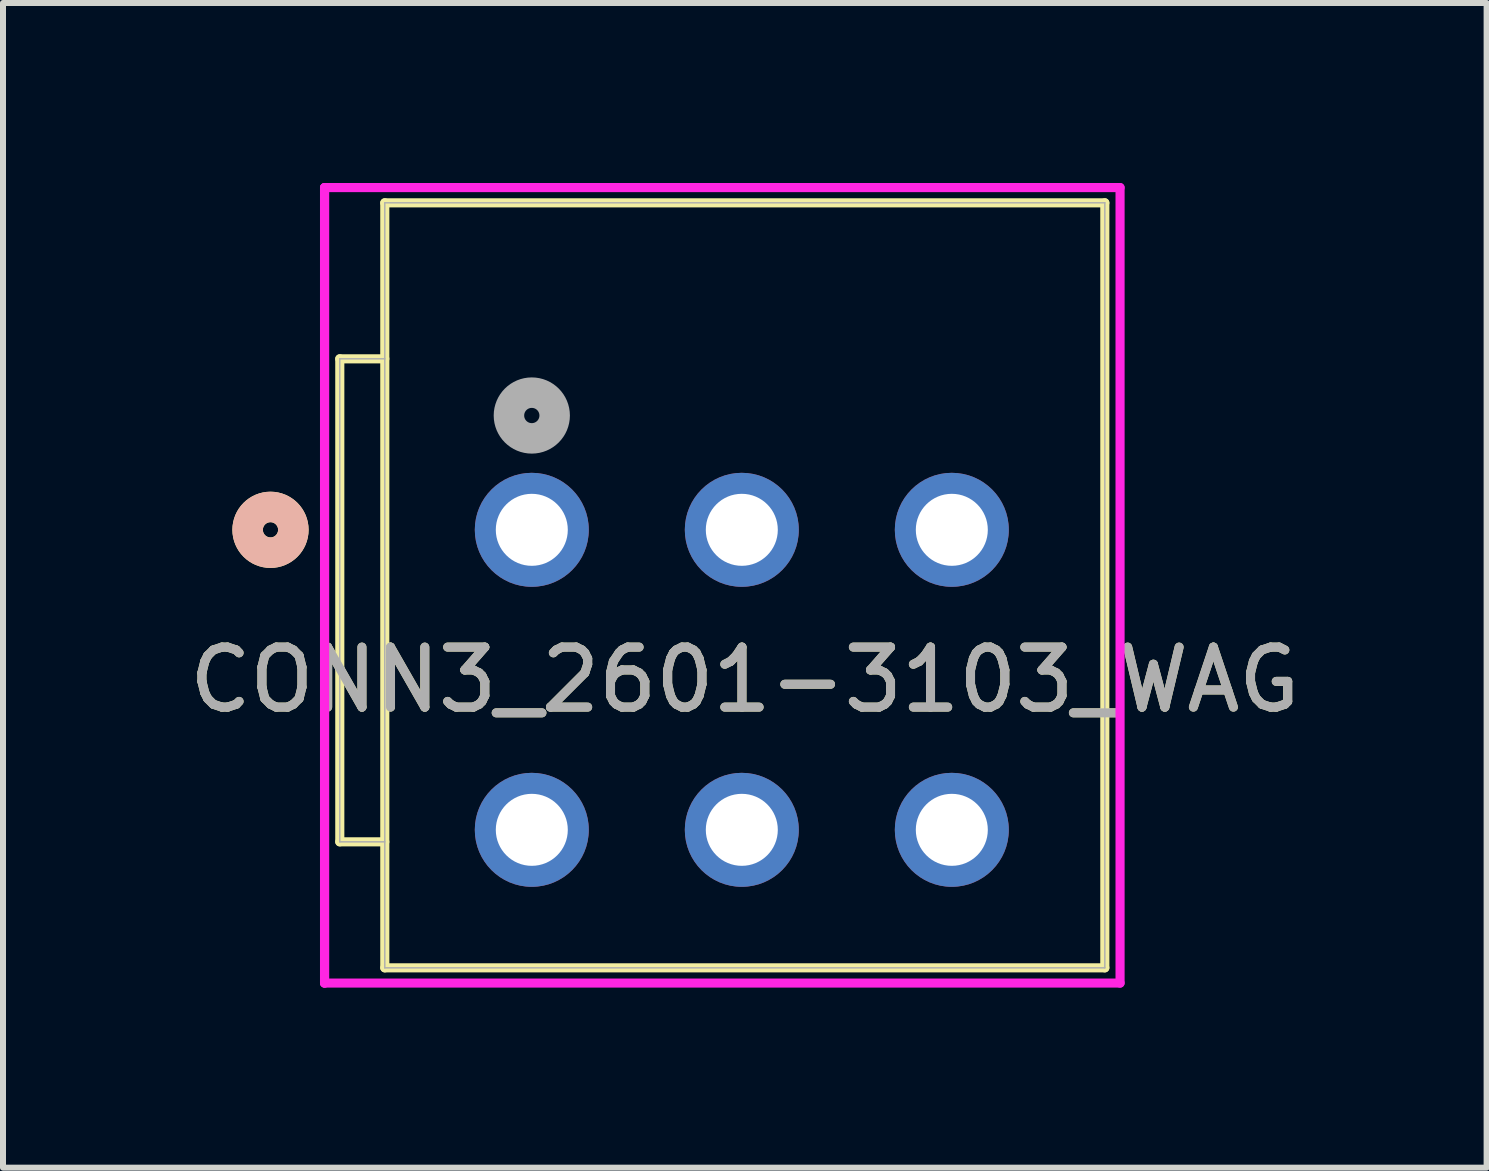
<source format=kicad_pcb>
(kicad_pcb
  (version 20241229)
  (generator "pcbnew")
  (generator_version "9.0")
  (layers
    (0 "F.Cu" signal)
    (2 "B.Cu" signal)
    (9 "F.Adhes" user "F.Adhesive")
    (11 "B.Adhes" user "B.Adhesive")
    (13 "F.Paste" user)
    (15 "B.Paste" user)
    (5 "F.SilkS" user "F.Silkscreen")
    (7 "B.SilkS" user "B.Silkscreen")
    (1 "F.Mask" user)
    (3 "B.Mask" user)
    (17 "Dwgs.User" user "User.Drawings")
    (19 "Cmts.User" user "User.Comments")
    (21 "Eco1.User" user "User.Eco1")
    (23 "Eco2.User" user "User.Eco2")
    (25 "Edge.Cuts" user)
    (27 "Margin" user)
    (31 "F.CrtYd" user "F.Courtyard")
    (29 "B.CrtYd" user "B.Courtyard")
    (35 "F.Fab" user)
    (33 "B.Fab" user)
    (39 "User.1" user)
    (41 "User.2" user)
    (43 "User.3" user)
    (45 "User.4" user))
  (footprint "CONN3_2601-3103_WAG"
    (layer "F.Cu")
    (at 5.813 5.78)
    (property "Reference" "CONN3_2601-3103_WAG" (at 3.55 2.5 0) (unlocked yes) (layer "F.SilkS") (effects (font (size 1 1) (thickness 0.15))))
    (attr through_hole)
    (fp_line (start -3.2 5.2) (end -3.2 -2.85) (stroke (width 0.152) (type solid)) (layer "F.SilkS"))
    (fp_line (start -2.45 -5.45) (end 9.55 -5.45) (stroke (width 0.152) (type solid)) (layer "F.SilkS"))
    (fp_line (start -2.45 7.3) (end -2.45 -5.45) (stroke (width 0.152) (type solid)) (layer "F.SilkS"))
    (fp_line (start -2.45 7.3) (end 9.55 7.3) (stroke (width 0.152) (type solid)) (layer "F.SilkS"))
    (fp_line (start -2.45 -2.85) (end -3.2 -2.85) (stroke (width 0.152) (type solid)) (layer "F.SilkS"))
    (fp_line (start -2.45 5.2) (end -3.2 5.2) (stroke (width 0.152) (type solid)) (layer "F.SilkS"))
    (fp_line (start 9.55 -5.45) (end 9.55 7.3) (stroke (width 0.152) (type solid)) (layer "F.SilkS"))
    (fp_circle (center -4.355 0) (end -3.974 0) (stroke (width 0.508) (type solid)) (fill no) (layer "F.SilkS"))
    (fp_circle (center -4.355 0) (end -3.974 0) (stroke (width 0.508) (type solid)) (fill no) (layer "B.SilkS"))
    (fp_line (start -3.454 -5.704) (end -3.454 7.554) (stroke (width 0.152) (type solid)) (layer "F.CrtYd"))
    (fp_line (start -3.454 -5.704) (end -3.454 7.554) (stroke (width 0.152) (type solid)) (layer "F.CrtYd"))
    (fp_line (start -3.454 7.554) (end 9.804 7.554) (stroke (width 0.152) (type solid)) (layer "F.CrtYd"))
    (fp_line (start 9.804 -5.704) (end -3.454 -5.704) (stroke (width 0.152) (type solid)) (layer "F.CrtYd"))
    (fp_line (start 9.804 7.554) (end 9.804 -5.704) (stroke (width 0.152) (type solid)) (layer "F.CrtYd"))
    (fp_line (start -3.2 5.2) (end -3.2 -2.85) (stroke (width 0.025) (type solid)) (layer "F.Fab"))
    (fp_line (start -2.45 -5.45) (end 9.55 -5.45) (stroke (width 0.025) (type solid)) (layer "F.Fab"))
    (fp_line (start -2.45 7.3) (end -2.45 -5.45) (stroke (width 0.025) (type solid)) (layer "F.Fab"))
    (fp_line (start -2.45 7.3) (end 9.55 7.3) (stroke (width 0.025) (type solid)) (layer "F.Fab"))
    (fp_line (start -2.45 -2.85) (end -3.2 -2.85) (stroke (width 0.025) (type solid)) (layer "F.Fab"))
    (fp_line (start -2.45 5.2) (end -3.2 5.2) (stroke (width 0.025) (type solid)) (layer "F.Fab"))
    (fp_line (start 9.55 -5.45) (end 9.55 7.3) (stroke (width 0.025) (type solid)) (layer "F.Fab"))
    (fp_circle (center 0 -1.905) (end 0.381 -1.905) (stroke (width 0.508) (type solid)) (fill no) (layer "F.Fab"))
    (fp_text user "${REFERENCE}" (at 3.55 2.5 0) (unlocked yes) (layer "F.Fab") (effects (font (size 1 1) (thickness 0.15))))
    (pad "1" thru_hole circle (at 0 0) (size 1.9 1.9) (drill 1.2) (layers "*.Cu" "*.Mask"))
    (pad "2" thru_hole circle (at 0 5) (size 1.9 1.9) (drill 1.2) (layers "*.Cu" "*.Mask"))
    (pad "3" thru_hole circle (at 3.5 0) (size 1.9 1.9) (drill 1.2) (layers "*.Cu" "*.Mask"))
    (pad "4" thru_hole circle (at 3.5 5) (size 1.9 1.9) (drill 1.2) (layers "*.Cu" "*.Mask"))
    (pad "5" thru_hole circle (at 7 0) (size 1.9 1.9) (drill 1.2) (layers "*.Cu" "*.Mask"))
    (pad "6" thru_hole circle (at 7 5) (size 1.9 1.9) (drill 1.2) (layers "*.Cu" "*.Mask")))
  (gr_rect
    (start -3 -3)
    (end 21.726 16.41)
    (stroke (width 0.1) (type default))
    (fill no)
    (layer "Edge.Cuts")))
</source>
